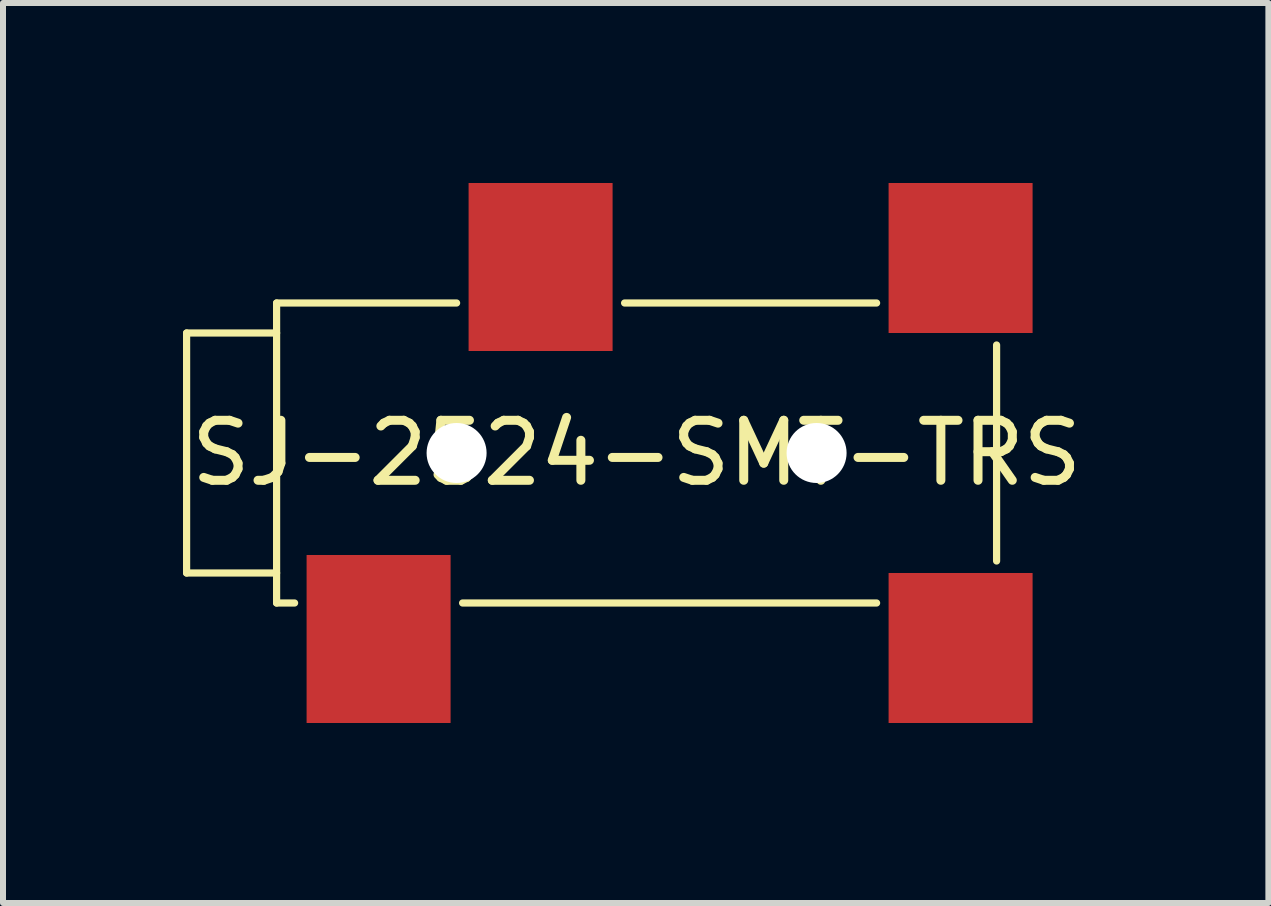
<source format=kicad_pcb>
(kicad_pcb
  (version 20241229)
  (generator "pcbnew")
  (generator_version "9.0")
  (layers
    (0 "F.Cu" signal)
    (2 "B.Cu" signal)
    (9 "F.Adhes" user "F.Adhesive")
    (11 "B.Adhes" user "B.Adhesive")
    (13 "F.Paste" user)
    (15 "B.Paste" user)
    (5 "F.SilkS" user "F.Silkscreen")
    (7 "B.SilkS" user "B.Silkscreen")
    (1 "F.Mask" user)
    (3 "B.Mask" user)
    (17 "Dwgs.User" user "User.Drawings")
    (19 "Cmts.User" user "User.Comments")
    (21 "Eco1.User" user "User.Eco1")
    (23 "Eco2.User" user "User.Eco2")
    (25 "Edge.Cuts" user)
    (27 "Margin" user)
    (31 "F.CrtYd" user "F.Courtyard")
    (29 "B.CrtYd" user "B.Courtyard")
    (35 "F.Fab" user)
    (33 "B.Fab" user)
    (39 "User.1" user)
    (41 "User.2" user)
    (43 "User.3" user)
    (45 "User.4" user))
  (footprint "SJ-2524-SMT-TRS"
    (layer "F.Cu")
    (at 1.56 4.5)
    (property "Reference" "SJ-2524-SMT-TRS" (at 6 0 0) (layer "F.SilkS") (effects (font (size 1 1) (thickness 0.15))))
    (attr smd)
    (fp_line (start -1.5 -2) (end -1.5 2) (stroke (width 0.12) (type solid)) (layer "F.SilkS"))
    (fp_line (start -1.5 2) (end 0 2) (stroke (width 0.12) (type solid)) (layer "F.SilkS"))
    (fp_line (start 0 -2.5) (end 3 -2.5) (stroke (width 0.12) (type solid)) (layer "F.SilkS"))
    (fp_line (start 0 -2) (end -1.5 -2) (stroke (width 0.12) (type solid)) (layer "F.SilkS"))
    (fp_line (start 0 2.5) (end 0 -2.5) (stroke (width 0.12) (type solid)) (layer "F.SilkS"))
    (fp_line (start 0 2.5) (end 0.3 2.5) (stroke (width 0.12) (type solid)) (layer "F.SilkS"))
    (fp_line (start 10 -2.5) (end 5.8 -2.5) (stroke (width 0.12) (type solid)) (layer "F.SilkS"))
    (fp_line (start 10 2.5) (end 3.1 2.5) (stroke (width 0.12) (type solid)) (layer "F.SilkS"))
    (fp_line (start 12 1.8) (end 12 -1.8) (stroke (width 0.12) (type solid)) (layer "F.SilkS"))
    (pad "" np_thru_hole circle (at 3 0) (size 1 1) (drill 1) (layers "*.Cu" "*.Mask"))
    (pad "" np_thru_hole circle (at 9 0) (size 1 1) (drill 1) (layers "*.Cu" "*.Mask"))
    (pad "R" smd rect (at 4.4 -3.1) (size 2.4 2.8) (layers "F.Cu" "F.Mask" "F.Paste"))
    (pad "S" smd rect (at 1.7 3.1) (size 2.4 2.8) (layers "F.Cu" "F.Mask" "F.Paste"))
    (pad "T" smd rect (at 11.4 3.25) (size 2.4 2.5) (layers "F.Cu" "F.Mask" "F.Paste"))
    (pad "TN" smd rect (at 11.4 -3.25) (size 2.4 2.5) (layers "F.Cu" "F.Mask" "F.Paste")))
  (gr_rect
    (start -3 -3)
    (end 18.09 12)
    (stroke (width 0.1) (type default))
    (fill no)
    (layer "Edge.Cuts")))
</source>
